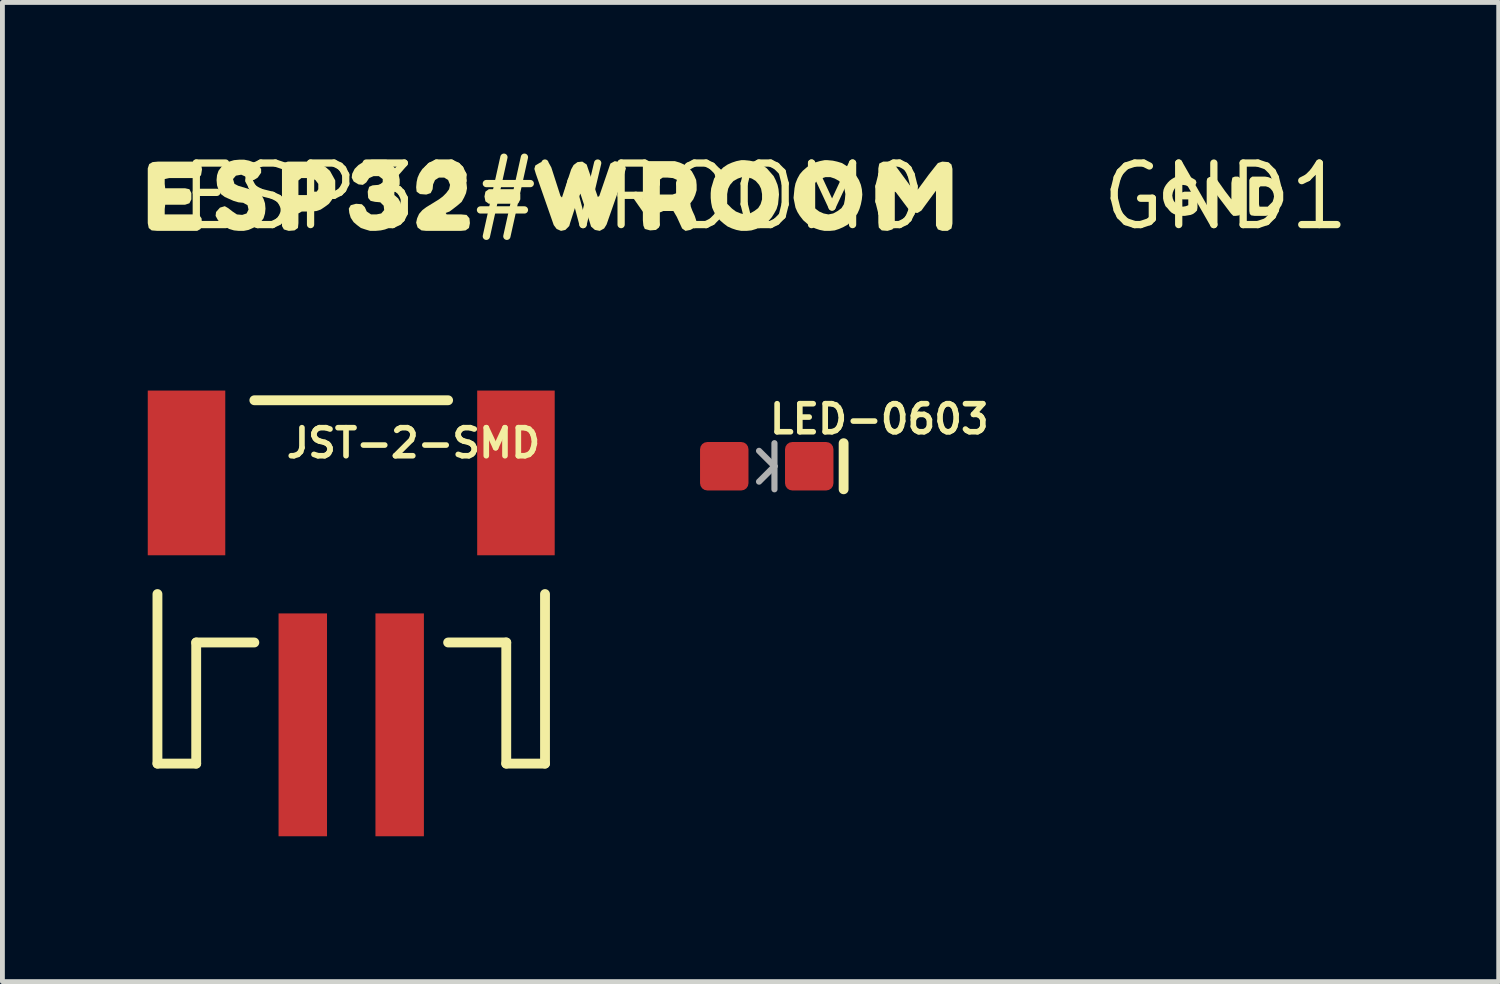
<source format=kicad_pcb>
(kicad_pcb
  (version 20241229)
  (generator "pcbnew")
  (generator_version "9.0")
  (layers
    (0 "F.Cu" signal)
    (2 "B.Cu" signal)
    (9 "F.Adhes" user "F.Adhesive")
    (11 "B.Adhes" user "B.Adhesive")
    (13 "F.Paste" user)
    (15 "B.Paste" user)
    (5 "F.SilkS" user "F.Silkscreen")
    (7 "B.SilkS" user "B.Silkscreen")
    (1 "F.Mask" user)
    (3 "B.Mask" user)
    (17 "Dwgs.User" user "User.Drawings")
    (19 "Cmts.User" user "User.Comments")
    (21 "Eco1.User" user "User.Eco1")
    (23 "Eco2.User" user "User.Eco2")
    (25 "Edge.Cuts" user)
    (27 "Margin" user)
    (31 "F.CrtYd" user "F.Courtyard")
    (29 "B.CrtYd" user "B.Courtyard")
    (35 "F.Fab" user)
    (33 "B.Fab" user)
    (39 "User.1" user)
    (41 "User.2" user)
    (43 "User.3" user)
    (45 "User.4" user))
  (footprint "JST-2-SMD"
    (layer "F.Cu")
    (at 4.2 8.212)
    (property "Reference" "JST-2-SMD" (at -1.397 -1.778 0) (layer "F.SilkS") (effects (font (size 0.579 0.579) (thickness 0.116)) (justify left bottom)))
    (attr through_hole)
    (fp_line (start -4 1) (end -4 4.5) (stroke (width 0.203) (type solid)) (layer "F.SilkS"))
    (fp_line (start -4 4.5) (end -3.2 4.5) (stroke (width 0.203) (type solid)) (layer "F.SilkS"))
    (fp_line (start -3.2 2) (end -2 2) (stroke (width 0.203) (type solid)) (layer "F.SilkS"))
    (fp_line (start -3.2 4.5) (end -3.2 2) (stroke (width 0.203) (type solid)) (layer "F.SilkS"))
    (fp_line (start 2 -3) (end -2 -3) (stroke (width 0.203) (type solid)) (layer "F.SilkS"))
    (fp_line (start 2 2) (end 3.2 2) (stroke (width 0.203) (type solid)) (layer "F.SilkS"))
    (fp_line (start 3.2 2) (end 3.2 4.5) (stroke (width 0.203) (type solid)) (layer "F.SilkS"))
    (fp_line (start 3.2 4.5) (end 4 4.5) (stroke (width 0.203) (type solid)) (layer "F.SilkS"))
    (fp_line (start 4 4.5) (end 4 1) (stroke (width 0.203) (type solid)) (layer "F.SilkS"))
    (pad "1" smd rect (at -1 3.7) (size 1 4.6) (layers "F.Cu" "F.Mask" "F.Paste"))
    (pad "2" smd rect (at 1 3.7) (size 1 4.6) (layers "F.Cu" "F.Mask" "F.Paste"))
    (pad "NC1" smd rect (at -3.4 -1.5 90) (size 3.4 1.6) (layers "F.Cu" "F.Mask" "F.Paste"))
    (pad "NC2" smd rect (at 3.4 -1.5 90) (size 3.4 1.6) (layers "F.Cu" "F.Mask" "F.Paste")))
  (footprint "GND1"
    (layer "F.Cu")
    (at 22.248 1.006)
    (property "Reference" "GND1" (at 0 0 0) (layer "F.SilkS") (effects (font (size 1.27 1.27) (thickness 0.15))))
    (attr through_hole)
    (fp_poly (pts (xy 0.14 -0.39) (xy 0.13 -0.34) (xy 0.12 -0.28) (xy 0.12 0.06) (xy -0.01 -0.11) (xy -0.18 -0.35) (xy -0.22 -0.39) (xy -0.28 -0.41) (xy -0.34 -0.4) (xy -0.38 -0.37) (xy -0.39 -0.32) (xy -0.39 0.32) (xy -0.38 0.37) (xy -0.34 0.4) (xy -0.27 0.4) (xy -0.22 0.38) (xy -0.2 0.34) (xy -0.2 -0.01) (xy -0.2 -0.06) (xy 0.11 0.35) (xy 0.16 0.4) (xy 0.21 0.4) (xy 0.28 0.39) (xy 0.31 0.36) (xy 0.32 0.3) (xy 0.32 -0.27) (xy 0.32 -0.33) (xy 0.3 -0.38) (xy 0.26 -0.41) (xy 0.19 -0.41)) (stroke (width 0) (type solid)) (fill yes) (layer "F.SilkS"))
    (fp_poly (pts (xy 0.55 -0.41) (xy 0.51 -0.38) (xy 0.49 -0.34) (xy 0.49 0.3) (xy 0.5 0.36) (xy 0.53 0.39) (xy 0.6 0.4) (xy 0.83 0.4) (xy 0.88 0.39) (xy 0.94 0.38) (xy 0.87 0.21) (xy 0.7 0.21) (xy 0.69 0.16) (xy 0.69 -0.18) (xy 0.72 -0.21) (xy 0.77 -0.21) (xy 0.83 -0.21) (xy 0.89 -0.19) (xy 0.93 -0.16) (xy 0.97 -0.11) (xy 0.99 -0.06) (xy 1 0) (xy 0.99 0.05) (xy 0.97 0.11) (xy 0.93 0.15) (xy 0.89 0.19) (xy 0.87 0.21) (xy 0.94 0.38) (xy 0.99 0.35) (xy 1.04 0.32) (xy 1.08 0.28) (xy 1.12 0.23) (xy 1.15 0.19) (xy 1.17 0.14) (xy 1.19 0.08) (xy 1.19 0.02) (xy 1.19 -0.04) (xy 1.19 -0.09) (xy 1.17 -0.15) (xy 1.15 -0.2) (xy 1.12 -0.25) (xy 1.08 -0.29) (xy 1.03 -0.33) (xy 0.98 -0.36) (xy 0.93 -0.38) (xy 0.88 -0.4) (xy 0.82 -0.41) (xy 0.59 -0.41)) (stroke (width 0) (type solid)) (fill yes) (layer "F.SilkS"))
    (fp_poly (pts (xy -0.85 -0.1) (xy -0.91 -0.08) (xy -0.93 -0.03) (xy -0.93 0.03) (xy -0.89 0.06) (xy -0.77 0.06) (xy -0.77 0.18) (xy -0.82 0.2) (xy -0.88 0.21) (xy -0.94 0.2) (xy -0.99 0.18) (xy -1.03 0.14) (xy -1.07 0.09) (xy -1.09 0.04) (xy -1.1 -0.02) (xy -1.09 -0.08) (xy -1.07 -0.13) (xy -1.04 -0.18) (xy -0.99 -0.21) (xy -0.94 -0.23) (xy -0.88 -0.24) (xy -0.82 -0.23) (xy -0.71 -0.18) (xy -0.67 -0.19) (xy -0.62 -0.24) (xy -0.6 -0.29) (xy -0.62 -0.34) (xy -0.67 -0.37) (xy -0.73 -0.4) (xy -0.78 -0.42) (xy -0.83 -0.43) (xy -0.89 -0.43) (xy -0.95 -0.43) (xy -1 -0.41) (xy -1.06 -0.39) (xy -1.11 -0.36) (xy -1.15 -0.33) (xy -1.19 -0.29) (xy -1.23 -0.24) (xy -1.26 -0.19) (xy -1.28 -0.14) (xy -1.29 -0.08) (xy -1.29 -0.02) (xy -1.29 0.04) (xy -1.28 0.09) (xy -1.26 0.15) (xy -1.24 0.2) (xy -1.2 0.24) (xy -1.16 0.29) (xy -1.12 0.33) (xy -1.07 0.36) (xy -1.02 0.38) (xy -0.96 0.4) (xy -0.91 0.4) (xy -0.84 0.4) (xy -0.78 0.39) (xy -0.72 0.38) (xy -0.67 0.36) (xy -0.63 0.33) (xy -0.59 0.29) (xy -0.58 0.23) (xy -0.58 0) (xy -0.59 -0.06) (xy -0.62 -0.09) (xy -0.68 -0.1)) (stroke (width 0) (type solid)) (fill yes) (layer "F.SilkS")))
  (footprint "ESP32#WROOM0"
    (layer "F.Cu")
    (at 8.38 1.006)
    (property "Reference" "ESP32#WROOM0" (at 0 0 0) (layer "F.SilkS") (effects (font (size 1.27 1.27) (thickness 0.15))))
    (attr through_hole)
    (fp_poly (pts (xy -0.83 0.15) (xy -0.73 0.14) (xy -0.69 0.06) (xy -0.69 -0.05) (xy -0.72 -0.13) (xy -0.83 -0.15) (xy -1.23 -0.15) (xy -1.34 -0.15) (xy -1.41 -0.1) (xy -1.43 0) (xy -1.41 0.1) (xy -1.34 0.15) (xy -1.23 0.15)) (stroke (width 0) (type solid)) (fill yes) (layer "F.SilkS"))
    (fp_poly (pts (xy -8.03 0.37) (xy -8.03 0.26) (xy -8.02 0.17) (xy -7.72 0.17) (xy -7.61 0.17) (xy -7.52 0.14) (xy -7.48 0.06) (xy -7.48 -0.07) (xy -7.52 -0.15) (xy -7.61 -0.17) (xy -8.02 -0.17) (xy -8.03 -0.26) (xy -8.03 -0.36) (xy -7.94 -0.38) (xy -7.43 -0.38) (xy -7.33 -0.39) (xy -7.28 -0.44) (xy -7.26 -0.56) (xy -7.28 -0.67) (xy -7.36 -0.71) (xy -7.46 -0.72) (xy -8.17 -0.72) (xy -8.28 -0.71) (xy -8.35 -0.67) (xy -8.38 -0.58) (xy -8.38 0.55) (xy -8.36 0.65) (xy -8.3 0.7) (xy -8.18 0.71) (xy -7.47 0.71) (xy -7.36 0.71) (xy -7.29 0.67) (xy -7.26 0.57) (xy -7.27 0.45) (xy -7.32 0.38) (xy -7.42 0.37)) (stroke (width 0) (type solid)) (fill yes) (layer "F.SilkS"))
    (fp_poly (pts (xy 8.21 -0.66) (xy 8.15 -0.71) (xy 8.02 -0.72) (xy 7.93 -0.69) (xy 7.85 -0.59) (xy 7.74 -0.45) (xy 7.52 -0.15) (xy 7.44 -0.11) (xy 7.08 -0.6) (xy 7.01 -0.68) (xy 6.92 -0.72) (xy 6.8 -0.72) (xy 6.72 -0.68) (xy 6.7 -0.58) (xy 6.7 0.54) (xy 6.71 0.64) (xy 6.77 0.7) (xy 6.89 0.71) (xy 6.99 0.68) (xy 7.04 0.61) (xy 7.04 -0.1) (xy 7.06 -0.09) (xy 7.33 0.27) (xy 7.4 0.33) (xy 7.51 0.34) (xy 7.59 0.29) (xy 7.64 0.22) (xy 7.89 -0.12) (xy 7.89 0.49) (xy 7.89 0.6) (xy 7.93 0.68) (xy 8.02 0.71) (xy 8.13 0.71) (xy 8.21 0.66) (xy 8.23 0.56) (xy 8.23 -0.57)) (stroke (width 0) (type solid)) (fill yes) (layer "F.SilkS"))
    (fp_poly (pts (xy 1.36 -0.71) (xy 1.26 -0.73) (xy 1.17 -0.68) (xy 0.94 -0.01) (xy 0.91 0.01) (xy 0.71 -0.57) (xy 0.68 -0.66) (xy 0.59 -0.72) (xy 0.49 -0.71) (xy 0.41 -0.65) (xy 0.36 -0.56) (xy 0.17 0.02) (xy 0.14 -0.01) (xy -0.05 -0.6) (xy -0.1 -0.69) (xy -0.18 -0.73) (xy -0.28 -0.7) (xy -0.38 -0.64) (xy -0.4 -0.57) (xy -0.37 -0.47) (xy 0 0.59) (xy 0.06 0.67) (xy 0.15 0.71) (xy 0.24 0.69) (xy 0.32 0.61) (xy 0.34 0.54) (xy 0.43 0.26) (xy 0.48 0.11) (xy 0.55 -0.06) (xy 0.74 0.52) (xy 0.77 0.62) (xy 0.85 0.69) (xy 0.95 0.71) (xy 1.04 0.66) (xy 1.09 0.58) (xy 1.46 -0.48) (xy 1.49 -0.58) (xy 1.46 -0.65)) (stroke (width 0) (type solid)) (fill yes) (layer "F.SilkS"))
    (fp_poly (pts (xy -4.52 -0.35) (xy -4.57 -0.44) (xy -4.62 -0.53) (xy -4.7 -0.6) (xy -4.79 -0.66) (xy -4.88 -0.7) (xy -4.97 -0.72) (xy -5.07 -0.72) (xy -5.37 -0.72) (xy -5.49 -0.72) (xy -5.58 -0.69) (xy -5.61 -0.61) (xy -5.61 0.51) (xy -5.61 0.61) (xy -5.57 0.68) (xy -5.47 0.71) (xy -5.35 0.7) (xy -5.28 0.65) (xy -5.27 0.55) (xy -5.27 0.35) (xy -5.2 0.31) (xy -5 0.31) (xy -4.9 0.3) (xy -4.81 0.27) (xy -4.96 -0.03) (xy -5.27 -0.03) (xy -5.27 -0.33) (xy -5.21 -0.38) (xy -5.01 -0.38) (xy -4.92 -0.34) (xy -4.86 -0.26) (xy -4.86 -0.15) (xy -4.91 -0.07) (xy -4.96 -0.03) (xy -4.81 0.27) (xy -4.72 0.21) (xy -4.64 0.15) (xy -4.58 0.07) (xy -4.53 -0.02) (xy -4.51 -0.12) (xy -4.51 -0.22) (xy -4.51 -0.33)) (stroke (width 0) (type solid)) (fill yes) (layer "F.SilkS"))
    (fp_poly (pts (xy 2.91 0.4) (xy 2.86 0.29) (xy 2.83 0.21) (xy 2.82 0.14) (xy 2.88 0.06) (xy 2.92 -0.03) (xy 2.95 -0.13) (xy 2.95 -0.24) (xy 2.94 -0.34) (xy 2.9 -0.43) (xy 2.85 -0.52) (xy 2.78 -0.59) (xy 2.55 -0.34) (xy 2.6 -0.26) (xy 2.6 -0.15) (xy 2.54 -0.07) (xy 2.45 -0.04) (xy 2.24 -0.04) (xy 2.19 -0.04) (xy 2.19 -0.35) (xy 2.25 -0.39) (xy 2.35 -0.39) (xy 2.46 -0.38) (xy 2.55 -0.34) (xy 2.78 -0.59) (xy 2.69 -0.66) (xy 2.6 -0.7) (xy 2.5 -0.73) (xy 2.41 -0.73) (xy 1.99 -0.73) (xy 1.88 -0.71) (xy 1.84 -0.63) (xy 1.84 -0.53) (xy 1.84 0.49) (xy 1.85 0.6) (xy 1.88 0.67) (xy 1.99 0.7) (xy 2.11 0.69) (xy 2.17 0.64) (xy 2.19 0.54) (xy 2.19 0.33) (xy 2.26 0.3) (xy 2.47 0.3) (xy 2.54 0.42) (xy 2.65 0.66) (xy 2.72 0.71) (xy 2.82 0.69) (xy 2.93 0.63) (xy 2.96 0.56) (xy 2.93 0.46)) (stroke (width 0) (type solid)) (fill yes) (layer "F.SilkS"))
    (fp_poly (pts (xy -1.91 0.37) (xy -2.21 0.37) (xy -2.23 0.34) (xy -2.15 0.31) (xy -2.07 0.25) (xy -1.98 0.18) (xy -1.9 0.11) (xy -1.85 0.02) (xy -1.81 -0.07) (xy -1.79 -0.17) (xy -1.8 -0.27) (xy -1.82 -0.37) (xy -1.85 -0.46) (xy -1.91 -0.55) (xy -1.98 -0.62) (xy -2.06 -0.68) (xy -2.15 -0.72) (xy -2.25 -0.74) (xy -2.36 -0.74) (xy -2.46 -0.72) (xy -2.55 -0.69) (xy -2.63 -0.64) (xy -2.71 -0.57) (xy -2.77 -0.48) (xy -2.81 -0.39) (xy -2.83 -0.3) (xy -2.84 -0.19) (xy -2.83 -0.1) (xy -2.76 -0.05) (xy -2.63 -0.04) (xy -2.54 -0.07) (xy -2.5 -0.15) (xy -2.49 -0.25) (xy -2.45 -0.34) (xy -2.37 -0.39) (xy -2.26 -0.39) (xy -2.18 -0.34) (xy -2.14 -0.24) (xy -2.16 -0.15) (xy -2.22 -0.07) (xy -2.29 0) (xy -2.37 0.06) (xy -2.63 0.22) (xy -2.71 0.28) (xy -2.78 0.36) (xy -2.82 0.45) (xy -2.84 0.54) (xy -2.81 0.64) (xy -2.73 0.7) (xy -2.63 0.71) (xy -1.92 0.71) (xy -1.82 0.7) (xy -1.75 0.65) (xy -1.73 0.55) (xy -1.74 0.45) (xy -1.8 0.38)) (stroke (width 0) (type solid)) (fill yes) (layer "F.SilkS"))
    (fp_poly (pts (xy -6.93 0.49) (xy -6.87 0.55) (xy -6.79 0.62) (xy -6.7 0.67) (xy -6.6 0.7) (xy -6.5 0.71) (xy -6.4 0.71) (xy -6.3 0.69) (xy -6.21 0.65) (xy -6.12 0.6) (xy -6.05 0.53) (xy -5.99 0.45) (xy -5.96 0.35) (xy -5.95 0.25) (xy -5.96 0.14) (xy -5.99 0.05) (xy -6.04 -0.04) (xy -6.12 -0.1) (xy -6.21 -0.13) (xy -6.31 -0.16) (xy -6.51 -0.22) (xy -6.59 -0.26) (xy -6.62 -0.36) (xy -6.56 -0.43) (xy -6.45 -0.45) (xy -6.36 -0.41) (xy -6.27 -0.35) (xy -6.19 -0.34) (xy -6.11 -0.39) (xy -6.04 -0.49) (xy -6.04 -0.57) (xy -6.11 -0.65) (xy -6.18 -0.7) (xy -6.29 -0.74) (xy -6.39 -0.76) (xy -6.49 -0.76) (xy -6.6 -0.75) (xy -6.7 -0.72) (xy -6.79 -0.68) (xy -6.86 -0.61) (xy -6.92 -0.53) (xy -6.95 -0.44) (xy -6.96 -0.34) (xy -6.95 -0.23) (xy -6.92 -0.14) (xy -6.87 -0.05) (xy -6.79 0.01) (xy -6.7 0.05) (xy -6.61 0.09) (xy -6.51 0.12) (xy -6.41 0.13) (xy -6.32 0.18) (xy -6.3 0.27) (xy -6.34 0.35) (xy -6.43 0.38) (xy -6.54 0.37) (xy -6.63 0.31) (xy -6.72 0.24) (xy -6.79 0.2) (xy -6.89 0.23) (xy -6.97 0.32) (xy -6.98 0.4)) (stroke (width 0) (type solid)) (fill yes) (layer "F.SilkS"))
    (fp_poly (pts (xy -3.45 -0.76) (xy -3.65 -0.76) (xy -3.76 -0.76) (xy -3.85 -0.74) (xy -3.95 -0.7) (xy -4.03 -0.65) (xy -4.11 -0.57) (xy -4.16 -0.47) (xy -4.17 -0.39) (xy -4.13 -0.31) (xy -4.03 -0.25) (xy -3.94 -0.24) (xy -3.87 -0.29) (xy -3.81 -0.38) (xy -3.72 -0.42) (xy -3.61 -0.42) (xy -3.53 -0.36) (xy -3.53 -0.28) (xy -3.62 -0.24) (xy -3.74 -0.23) (xy -3.81 -0.2) (xy -3.84 -0.1) (xy -3.83 0.03) (xy -3.78 0.09) (xy -3.69 0.11) (xy -3.58 0.12) (xy -3.51 0.19) (xy -3.5 0.28) (xy -3.56 0.35) (xy -3.66 0.37) (xy -3.77 0.37) (xy -3.86 0.31) (xy -3.9 0.22) (xy -3.96 0.16) (xy -4.08 0.15) (xy -4.19 0.18) (xy -4.23 0.25) (xy -4.22 0.34) (xy -4.19 0.44) (xy -4.13 0.53) (xy -4.06 0.59) (xy -3.98 0.65) (xy -3.89 0.68) (xy -3.79 0.71) (xy -3.68 0.71) (xy -3.57 0.7) (xy -3.48 0.68) (xy -3.39 0.64) (xy -3.31 0.58) (xy -3.23 0.51) (xy -3.18 0.43) (xy -3.15 0.33) (xy -3.14 0.23) (xy -3.16 0.13) (xy -3.21 0.04) (xy -3.29 -0.03) (xy -3.29 -0.09) (xy -3.22 -0.16) (xy -3.18 -0.25) (xy -3.18 -0.35) (xy -3.2 -0.45) (xy -3.24 -0.54) (xy -3.31 -0.62)) (stroke (width 0) (type solid)) (fill yes) (layer "F.SilkS"))
    (fp_poly (pts (xy 3.87 -0.75) (xy 3.77 -0.73) (xy 3.68 -0.7) (xy 3.59 -0.66) (xy 3.5 -0.6) (xy 3.43 -0.53) (xy 3.37 -0.46) (xy 3.31 -0.37) (xy 3.28 -0.27) (xy 3.25 -0.17) (xy 3.24 -0.07) (xy 3.24 0.03) (xy 3.25 0.13) (xy 3.27 0.23) (xy 3.31 0.32) (xy 3.58 0.15) (xy 3.58 -0.05) (xy 3.6 -0.16) (xy 3.64 -0.24) (xy 3.71 -0.32) (xy 3.8 -0.37) (xy 3.89 -0.4) (xy 3.99 -0.4) (xy 4.09 -0.37) (xy 4.17 -0.32) (xy 4.24 -0.24) (xy 4.28 -0.16) (xy 4.3 -0.05) (xy 4.3 0.06) (xy 4.27 0.16) (xy 4.22 0.24) (xy 4.14 0.3) (xy 4.05 0.35) (xy 3.95 0.37) (xy 3.86 0.35) (xy 3.76 0.31) (xy 3.68 0.25) (xy 3.61 0.18) (xy 3.58 0.15) (xy 3.31 0.32) (xy 3.37 0.4) (xy 3.43 0.49) (xy 3.51 0.56) (xy 3.59 0.62) (xy 3.68 0.66) (xy 3.77 0.69) (xy 3.87 0.71) (xy 3.98 0.71) (xy 4.08 0.7) (xy 4.18 0.67) (xy 4.27 0.63) (xy 4.35 0.58) (xy 4.43 0.51) (xy 4.5 0.43) (xy 4.55 0.35) (xy 4.6 0.26) (xy 4.63 0.16) (xy 4.64 0.06) (xy 4.65 -0.04) (xy 4.64 -0.15) (xy 4.62 -0.24) (xy 4.58 -0.34) (xy 4.54 -0.42) (xy 4.47 -0.5) (xy 4.4 -0.58) (xy 4.32 -0.64) (xy 4.23 -0.69) (xy 4.14 -0.72) (xy 4.04 -0.74) (xy 3.94 -0.75)) (stroke (width 0) (type solid)) (fill yes) (layer "F.SilkS"))
    (fp_poly (pts (xy 5.59 -0.75) (xy 5.49 -0.73) (xy 5.39 -0.7) (xy 5.3 -0.66) (xy 5.22 -0.6) (xy 5.14 -0.53) (xy 5.08 -0.46) (xy 5.03 -0.37) (xy 4.99 -0.27) (xy 4.97 -0.17) (xy 4.96 -0.07) (xy 4.95 0.03) (xy 4.97 0.13) (xy 4.99 0.23) (xy 5.03 0.32) (xy 5.3 0.15) (xy 5.3 -0.05) (xy 5.32 -0.16) (xy 5.36 -0.24) (xy 5.43 -0.32) (xy 5.52 -0.37) (xy 5.61 -0.4) (xy 5.71 -0.4) (xy 5.8 -0.37) (xy 5.89 -0.32) (xy 5.96 -0.24) (xy 6 -0.16) (xy 6.02 -0.05) (xy 6.01 0.06) (xy 5.99 0.16) (xy 5.94 0.24) (xy 5.86 0.3) (xy 5.77 0.35) (xy 5.67 0.37) (xy 5.57 0.35) (xy 5.48 0.31) (xy 5.4 0.25) (xy 5.33 0.18) (xy 5.3 0.15) (xy 5.03 0.32) (xy 5.08 0.4) (xy 5.15 0.49) (xy 5.23 0.56) (xy 5.31 0.62) (xy 5.4 0.66) (xy 5.49 0.69) (xy 5.59 0.71) (xy 5.7 0.71) (xy 5.8 0.7) (xy 5.89 0.67) (xy 5.98 0.63) (xy 6.07 0.58) (xy 6.14 0.51) (xy 6.21 0.43) (xy 6.27 0.35) (xy 6.31 0.26) (xy 6.34 0.16) (xy 6.36 0.06) (xy 6.37 -0.04) (xy 6.36 -0.15) (xy 6.34 -0.24) (xy 6.3 -0.34) (xy 6.25 -0.42) (xy 6.19 -0.5) (xy 6.12 -0.58) (xy 6.03 -0.64) (xy 5.95 -0.69) (xy 5.85 -0.72) (xy 5.76 -0.74) (xy 5.65 -0.75)) (stroke (width 0) (type solid)) (fill yes) (layer "F.SilkS")))
  (footprint "LED-0603"
    (layer "F.Cu")
    (at 12.777 6.574)
    (property "Reference" "LED-0603" (at 0 -0.635 0) (layer "F.SilkS") (effects (font (size 0.579 0.579) (thickness 0.116)) (justify left bottom)))
    (attr through_hole)
    (fp_line (start 1.587 -0.476) (end 1.587 0.476) (stroke (width 0.203) (type solid)) (layer "F.SilkS"))
    (fp_line (start 0.159 -0.476) (end 0.159 0) (stroke (width 0.127) (type solid)) (layer "F.Fab"))
    (fp_line (start 0.159 0) (end -0.159 -0.318) (stroke (width 0.127) (type solid)) (layer "F.Fab"))
    (fp_line (start 0.159 0) (end -0.159 0.318) (stroke (width 0.127) (type solid)) (layer "F.Fab"))
    (fp_line (start 0.159 0) (end 0.159 0.476) (stroke (width 0.127) (type solid)) (layer "F.Fab"))
    (pad "A" smd roundrect (at -0.877 0 270) (size 1 1) (layers "F.Cu" "F.Mask" "F.Paste") (roundrect_rratio 0.15))
    (pad "C" smd roundrect (at 0.877 0 270) (size 1 1) (layers "F.Cu" "F.Mask" "F.Paste") (roundrect_rratio 0.15)))
  (gr_rect
    (start -3 -3)
    (end 27.886 17.212)
    (stroke (width 0.1) (type default))
    (fill no)
    (layer "Edge.Cuts")))
</source>
